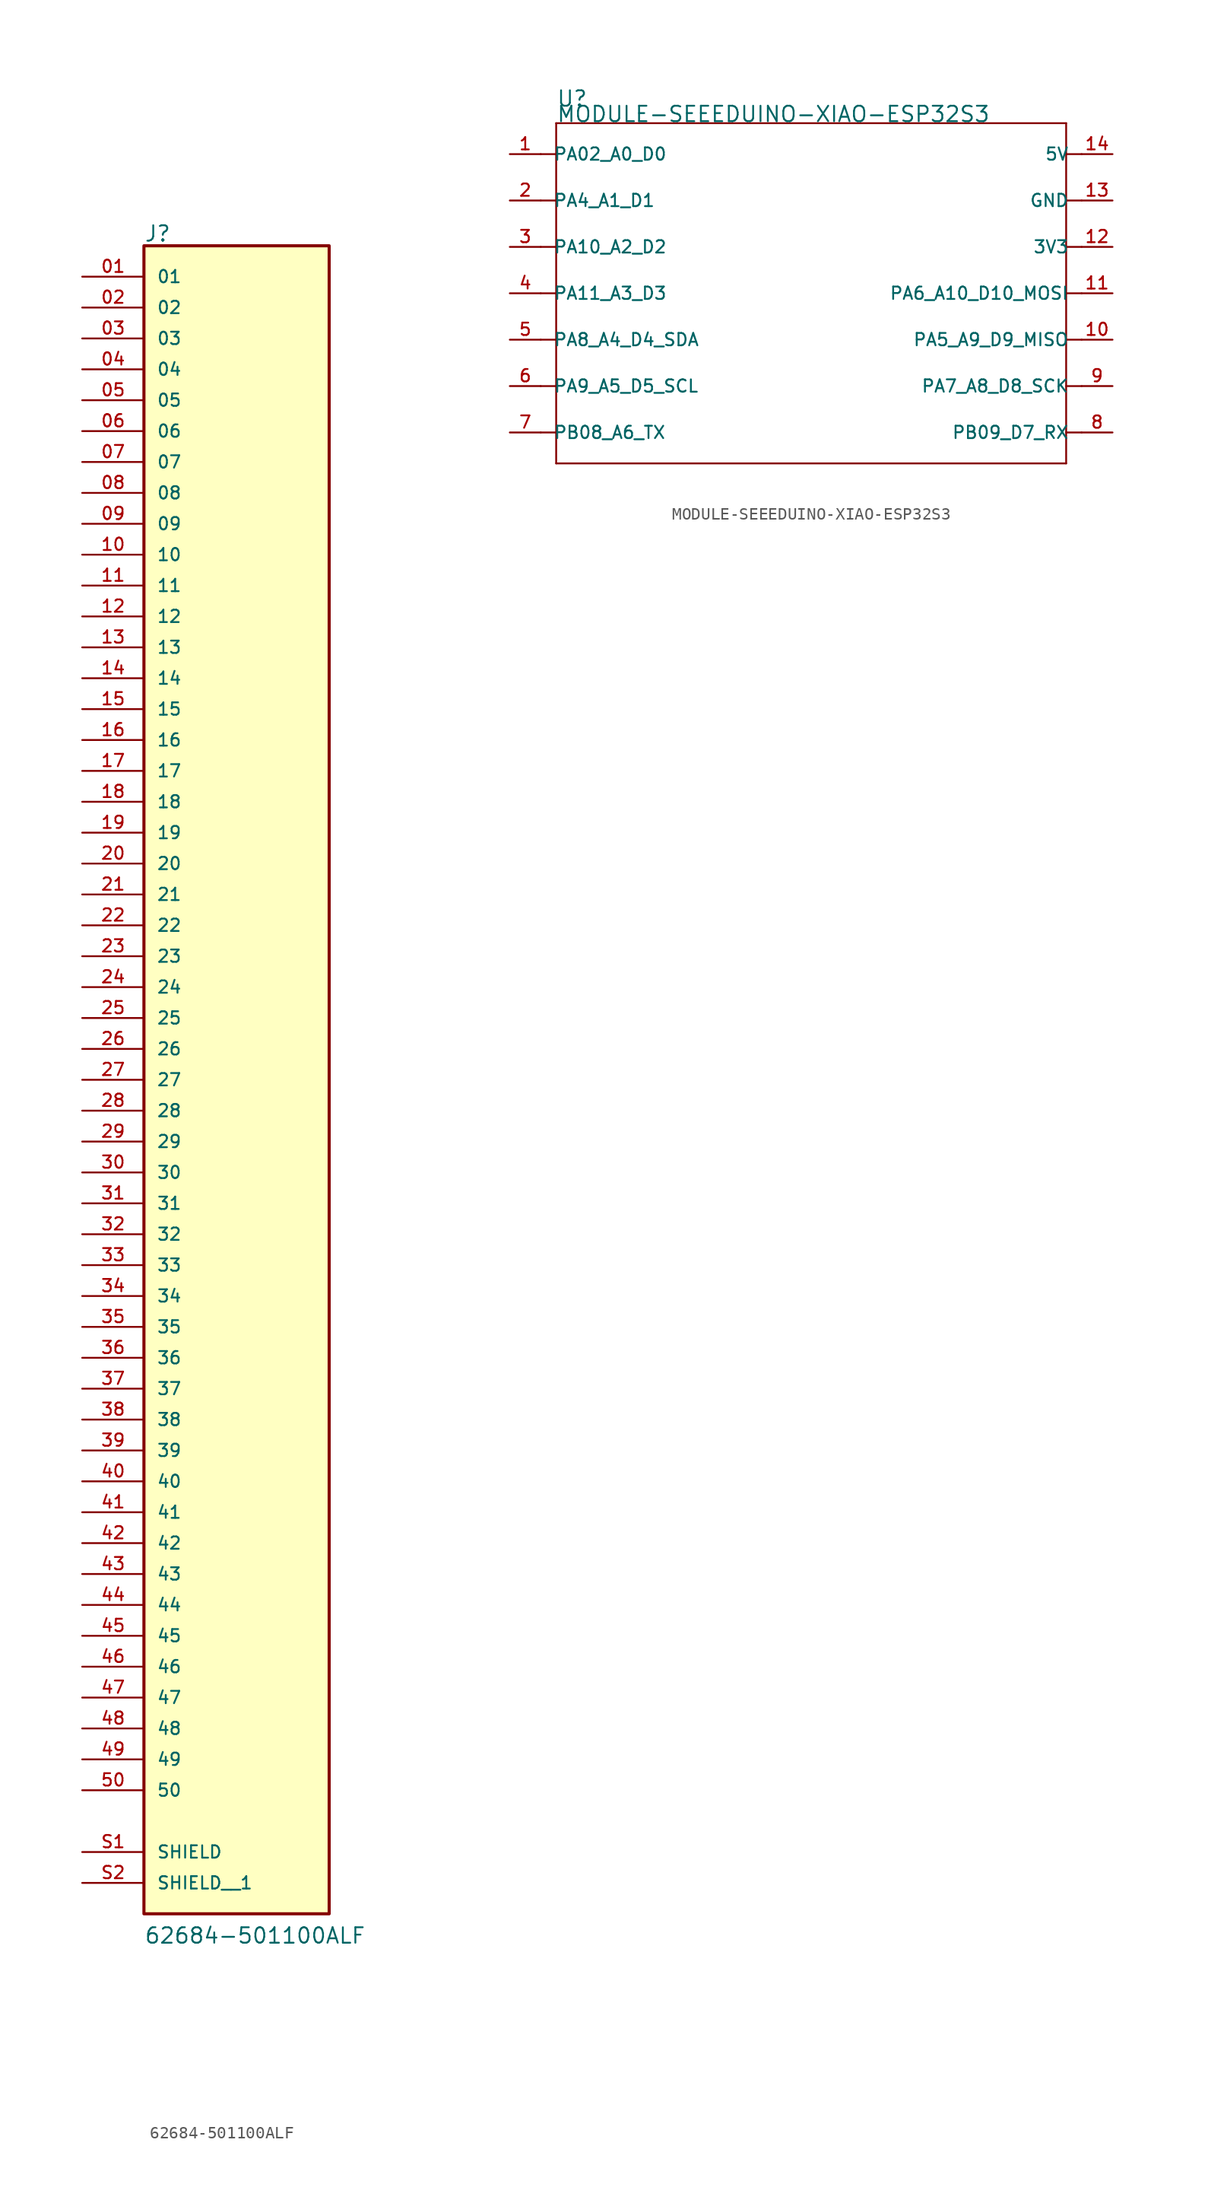
<source format=kicad_sym>
(kicad_symbol_lib
  (version 20241209)
  (generator "kicad_symbol_editor")
  (generator_version "9.0")
  (symbol "62684-501100ALF"
    (pin_names
      (offset 1.016))
    (property "Reference" "J"
      (at -7.62 68.834 0)
      (effects (font (size 1.27 1.27)) (justify left bottom)))
    (property "Value" "62684-501100ALF"
      (at -7.62 -71.12 0)
      (effects (font (size 1.27 1.27)) (justify left bottom)))
    (symbol "62684-501100ALF_0_0"
      (rectangle (start -7.62 68.58) (end 7.62 -68.58) (stroke (width 0.254) (type default)) (fill (type background)))
      (pin passive line (at -12.7 66.04 0) (length 5.08) (name "01" (effects (font (size 1.016 1.016)))) (number "01" (effects (font (size 1.016 1.016)))))
      (pin passive line (at -12.7 63.5 0) (length 5.08) (name "02" (effects (font (size 1.016 1.016)))) (number "02" (effects (font (size 1.016 1.016)))))
      (pin passive line (at -12.7 60.96 0) (length 5.08) (name "03" (effects (font (size 1.016 1.016)))) (number "03" (effects (font (size 1.016 1.016)))))
      (pin passive line (at -12.7 58.42 0) (length 5.08) (name "04" (effects (font (size 1.016 1.016)))) (number "04" (effects (font (size 1.016 1.016)))))
      (pin passive line (at -12.7 55.88 0) (length 5.08) (name "05" (effects (font (size 1.016 1.016)))) (number "05" (effects (font (size 1.016 1.016)))))
      (pin passive line (at -12.7 53.34 0) (length 5.08) (name "06" (effects (font (size 1.016 1.016)))) (number "06" (effects (font (size 1.016 1.016)))))
      (pin passive line (at -12.7 50.8 0) (length 5.08) (name "07" (effects (font (size 1.016 1.016)))) (number "07" (effects (font (size 1.016 1.016)))))
      (pin passive line (at -12.7 48.26 0) (length 5.08) (name "08" (effects (font (size 1.016 1.016)))) (number "08" (effects (font (size 1.016 1.016)))))
      (pin passive line (at -12.7 45.72 0) (length 5.08) (name "09" (effects (font (size 1.016 1.016)))) (number "09" (effects (font (size 1.016 1.016)))))
      (pin passive line (at -12.7 43.18 0) (length 5.08) (name "10" (effects (font (size 1.016 1.016)))) (number "10" (effects (font (size 1.016 1.016)))))
      (pin passive line (at -12.7 40.64 0) (length 5.08) (name "11" (effects (font (size 1.016 1.016)))) (number "11" (effects (font (size 1.016 1.016)))))
      (pin passive line (at -12.7 38.1 0) (length 5.08) (name "12" (effects (font (size 1.016 1.016)))) (number "12" (effects (font (size 1.016 1.016)))))
      (pin passive line (at -12.7 35.56 0) (length 5.08) (name "13" (effects (font (size 1.016 1.016)))) (number "13" (effects (font (size 1.016 1.016)))))
      (pin passive line (at -12.7 33.02 0) (length 5.08) (name "14" (effects (font (size 1.016 1.016)))) (number "14" (effects (font (size 1.016 1.016)))))
      (pin passive line (at -12.7 30.48 0) (length 5.08) (name "15" (effects (font (size 1.016 1.016)))) (number "15" (effects (font (size 1.016 1.016)))))
      (pin passive line (at -12.7 27.94 0) (length 5.08) (name "16" (effects (font (size 1.016 1.016)))) (number "16" (effects (font (size 1.016 1.016)))))
      (pin passive line (at -12.7 25.4 0) (length 5.08) (name "17" (effects (font (size 1.016 1.016)))) (number "17" (effects (font (size 1.016 1.016)))))
      (pin passive line (at -12.7 22.86 0) (length 5.08) (name "18" (effects (font (size 1.016 1.016)))) (number "18" (effects (font (size 1.016 1.016)))))
      (pin passive line (at -12.7 20.32 0) (length 5.08) (name "19" (effects (font (size 1.016 1.016)))) (number "19" (effects (font (size 1.016 1.016)))))
      (pin passive line (at -12.7 17.78 0) (length 5.08) (name "20" (effects (font (size 1.016 1.016)))) (number "20" (effects (font (size 1.016 1.016)))))
      (pin passive line (at -12.7 15.24 0) (length 5.08) (name "21" (effects (font (size 1.016 1.016)))) (number "21" (effects (font (size 1.016 1.016)))))
      (pin passive line (at -12.7 12.7 0) (length 5.08) (name "22" (effects (font (size 1.016 1.016)))) (number "22" (effects (font (size 1.016 1.016)))))
      (pin passive line (at -12.7 10.16 0) (length 5.08) (name "23" (effects (font (size 1.016 1.016)))) (number "23" (effects (font (size 1.016 1.016)))))
      (pin passive line (at -12.7 7.62 0) (length 5.08) (name "24" (effects (font (size 1.016 1.016)))) (number "24" (effects (font (size 1.016 1.016)))))
      (pin passive line (at -12.7 5.08 0) (length 5.08) (name "25" (effects (font (size 1.016 1.016)))) (number "25" (effects (font (size 1.016 1.016)))))
      (pin passive line (at -12.7 2.54 0) (length 5.08) (name "26" (effects (font (size 1.016 1.016)))) (number "26" (effects (font (size 1.016 1.016)))))
      (pin passive line (at -12.7 0 0) (length 5.08) (name "27" (effects (font (size 1.016 1.016)))) (number "27" (effects (font (size 1.016 1.016)))))
      (pin passive line (at -12.7 -2.54 0) (length 5.08) (name "28" (effects (font (size 1.016 1.016)))) (number "28" (effects (font (size 1.016 1.016)))))
      (pin passive line (at -12.7 -5.08 0) (length 5.08) (name "29" (effects (font (size 1.016 1.016)))) (number "29" (effects (font (size 1.016 1.016)))))
      (pin passive line (at -12.7 -7.62 0) (length 5.08) (name "30" (effects (font (size 1.016 1.016)))) (number "30" (effects (font (size 1.016 1.016)))))
      (pin passive line (at -12.7 -10.16 0) (length 5.08) (name "31" (effects (font (size 1.016 1.016)))) (number "31" (effects (font (size 1.016 1.016)))))
      (pin passive line (at -12.7 -12.7 0) (length 5.08) (name "32" (effects (font (size 1.016 1.016)))) (number "32" (effects (font (size 1.016 1.016)))))
      (pin passive line (at -12.7 -15.24 0) (length 5.08) (name "33" (effects (font (size 1.016 1.016)))) (number "33" (effects (font (size 1.016 1.016)))))
      (pin passive line (at -12.7 -17.78 0) (length 5.08) (name "34" (effects (font (size 1.016 1.016)))) (number "34" (effects (font (size 1.016 1.016)))))
      (pin passive line (at -12.7 -20.32 0) (length 5.08) (name "35" (effects (font (size 1.016 1.016)))) (number "35" (effects (font (size 1.016 1.016)))))
      (pin passive line (at -12.7 -22.86 0) (length 5.08) (name "36" (effects (font (size 1.016 1.016)))) (number "36" (effects (font (size 1.016 1.016)))))
      (pin passive line (at -12.7 -25.4 0) (length 5.08) (name "37" (effects (font (size 1.016 1.016)))) (number "37" (effects (font (size 1.016 1.016)))))
      (pin passive line (at -12.7 -27.94 0) (length 5.08) (name "38" (effects (font (size 1.016 1.016)))) (number "38" (effects (font (size 1.016 1.016)))))
      (pin passive line (at -12.7 -30.48 0) (length 5.08) (name "39" (effects (font (size 1.016 1.016)))) (number "39" (effects (font (size 1.016 1.016)))))
      (pin passive line (at -12.7 -33.02 0) (length 5.08) (name "40" (effects (font (size 1.016 1.016)))) (number "40" (effects (font (size 1.016 1.016)))))
      (pin passive line (at -12.7 -35.56 0) (length 5.08) (name "41" (effects (font (size 1.016 1.016)))) (number "41" (effects (font (size 1.016 1.016)))))
      (pin passive line (at -12.7 -38.1 0) (length 5.08) (name "42" (effects (font (size 1.016 1.016)))) (number "42" (effects (font (size 1.016 1.016)))))
      (pin passive line (at -12.7 -40.64 0) (length 5.08) (name "43" (effects (font (size 1.016 1.016)))) (number "43" (effects (font (size 1.016 1.016)))))
      (pin passive line (at -12.7 -43.18 0) (length 5.08) (name "44" (effects (font (size 1.016 1.016)))) (number "44" (effects (font (size 1.016 1.016)))))
      (pin passive line (at -12.7 -45.72 0) (length 5.08) (name "45" (effects (font (size 1.016 1.016)))) (number "45" (effects (font (size 1.016 1.016)))))
      (pin passive line (at -12.7 -48.26 0) (length 5.08) (name "46" (effects (font (size 1.016 1.016)))) (number "46" (effects (font (size 1.016 1.016)))))
      (pin passive line (at -12.7 -50.8 0) (length 5.08) (name "47" (effects (font (size 1.016 1.016)))) (number "47" (effects (font (size 1.016 1.016)))))
      (pin passive line (at -12.7 -53.34 0) (length 5.08) (name "48" (effects (font (size 1.016 1.016)))) (number "48" (effects (font (size 1.016 1.016)))))
      (pin passive line (at -12.7 -55.88 0) (length 5.08) (name "49" (effects (font (size 1.016 1.016)))) (number "49" (effects (font (size 1.016 1.016)))))
      (pin passive line (at -12.7 -58.42 0) (length 5.08) (name "50" (effects (font (size 1.016 1.016)))) (number "50" (effects (font (size 1.016 1.016)))))
      (pin passive line (at -12.7 -63.5 0) (length 5.08) (name "SHIELD" (effects (font (size 1.016 1.016)))) (number "S1" (effects (font (size 1.016 1.016)))))
      (pin passive line (at -12.7 -66.04 0) (length 5.08) (name "SHIELD__1" (effects (font (size 1.016 1.016)))) (number "S2" (effects (font (size 1.016 1.016)))))))
  (symbol "MODULE-SEEEDUINO-XIAO-ESP32S3"
    (pin_names
      (offset 1.016))
    (property "Reference" "U"
      (at -21.59 15.24 0)
      (effects (font (size 1.27 1.27)) (justify left bottom)))
    (property "Value" "MODULE-SEEEDUINO-XIAO-ESP32S3"
      (at -21.59 13.97 0)
      (effects (font (size 1.27 1.27)) (justify left bottom)))
    (symbol "MODULE-SEEEDUINO-XIAO-ESP32S3_0_0"
      (polyline (pts (xy -21.59 13.97) (xy 20.32 13.97)) (stroke (width 0.152) (type default)) (fill (type none)))
      (polyline (pts (xy -21.59 11.43) (xy -22.86 11.43)) (stroke (width 0.152) (type default)) (fill (type none)))
      (polyline (pts (xy -21.59 11.43) (xy -21.59 13.97)) (stroke (width 0.152) (type default)) (fill (type none)))
      (polyline (pts (xy -21.59 7.62) (xy -22.86 7.62)) (stroke (width 0.152) (type default)) (fill (type none)))
      (polyline (pts (xy -21.59 7.62) (xy -21.59 11.43)) (stroke (width 0.152) (type default)) (fill (type none)))
      (polyline (pts (xy -21.59 3.81) (xy -22.86 3.81)) (stroke (width 0.152) (type default)) (fill (type none)))
      (polyline (pts (xy -21.59 3.81) (xy -21.59 7.62)) (stroke (width 0.152) (type default)) (fill (type none)))
      (polyline (pts (xy -21.59 0) (xy -22.86 0)) (stroke (width 0.152) (type default)) (fill (type none)))
      (polyline (pts (xy -21.59 0) (xy -21.59 3.81)) (stroke (width 0.152) (type default)) (fill (type none)))
      (polyline (pts (xy -21.59 -3.81) (xy -22.86 -3.81)) (stroke (width 0.152) (type default)) (fill (type none)))
      (polyline (pts (xy -21.59 -7.62) (xy -22.86 -7.62)) (stroke (width 0.152) (type default)) (fill (type none)))
      (polyline (pts (xy -21.59 -11.43) (xy -22.86 -11.43)) (stroke (width 0.152) (type default)) (fill (type none)))
      (polyline (pts (xy -21.59 -13.97) (xy -21.59 0)) (stroke (width 0.152) (type default)) (fill (type none)))
      (polyline (pts (xy 20.32 13.97) (xy 20.32 11.43)) (stroke (width 0.152) (type default)) (fill (type none)))
      (polyline (pts (xy 20.32 11.43) (xy 20.32 7.62)) (stroke (width 0.152) (type default)) (fill (type none)))
      (polyline (pts (xy 20.32 7.62) (xy 20.32 3.81)) (stroke (width 0.152) (type default)) (fill (type none)))
      (polyline (pts (xy 20.32 3.81) (xy 20.32 -13.97)) (stroke (width 0.152) (type default)) (fill (type none)))
      (polyline (pts (xy 20.32 -13.97) (xy -21.59 -13.97)) (stroke (width 0.152) (type default)) (fill (type none)))
      (polyline (pts (xy 21.59 11.43) (xy 20.32 11.43)) (stroke (width 0.152) (type default)) (fill (type none)))
      (polyline (pts (xy 21.59 7.62) (xy 20.32 7.62)) (stroke (width 0.152) (type default)) (fill (type none)))
      (polyline (pts (xy 21.59 3.81) (xy 20.32 3.81)) (stroke (width 0.152) (type default)) (fill (type none)))
      (polyline (pts (xy 21.59 0) (xy 20.32 0)) (stroke (width 0.152) (type default)) (fill (type none)))
      (polyline (pts (xy 21.59 -3.81) (xy 20.32 -3.81)) (stroke (width 0.152) (type default)) (fill (type none)))
      (polyline (pts (xy 21.59 -7.62) (xy 20.32 -7.62)) (stroke (width 0.152) (type default)) (fill (type none)))
      (polyline (pts (xy 21.59 -11.43) (xy 20.32 -11.43)) (stroke (width 0.152) (type default)) (fill (type none)))
      (pin bidirectional line (at -25.4 11.43 0) (length 2.54) (name "PA02_A0_D0" (effects (font (size 1.016 1.016)))) (number "1" (effects (font (size 1.016 1.016)))))
      (pin bidirectional line (at -25.4 7.62 0) (length 2.54) (name "PA4_A1_D1" (effects (font (size 1.016 1.016)))) (number "2" (effects (font (size 1.016 1.016)))))
      (pin bidirectional line (at -25.4 3.81 0) (length 2.54) (name "PA10_A2_D2" (effects (font (size 1.016 1.016)))) (number "3" (effects (font (size 1.016 1.016)))))
      (pin bidirectional line (at -25.4 0 0) (length 2.54) (name "PA11_A3_D3" (effects (font (size 1.016 1.016)))) (number "4" (effects (font (size 1.016 1.016)))))
      (pin bidirectional line (at -25.4 -3.81 0) (length 2.54) (name "PA8_A4_D4_SDA" (effects (font (size 1.016 1.016)))) (number "5" (effects (font (size 1.016 1.016)))))
      (pin bidirectional line (at -25.4 -7.62 0) (length 2.54) (name "PA9_A5_D5_SCL" (effects (font (size 1.016 1.016)))) (number "6" (effects (font (size 1.016 1.016)))))
      (pin bidirectional line (at -25.4 -11.43 0) (length 2.54) (name "PB08_A6_TX" (effects (font (size 1.016 1.016)))) (number "7" (effects (font (size 1.016 1.016)))))
      (pin bidirectional line (at 24.13 11.43 180) (length 2.54) (name "5V" (effects (font (size 1.016 1.016)))) (number "14" (effects (font (size 1.016 1.016)))))
      (pin bidirectional line (at 24.13 7.62 180) (length 2.54) (name "GND" (effects (font (size 1.016 1.016)))) (number "13" (effects (font (size 1.016 1.016)))))
      (pin bidirectional line (at 24.13 3.81 180) (length 2.54) (name "3V3" (effects (font (size 1.016 1.016)))) (number "12" (effects (font (size 1.016 1.016)))))
      (pin bidirectional line (at 24.13 0 180) (length 2.54) (name "PA6_A10_D10_MOSI" (effects (font (size 1.016 1.016)))) (number "11" (effects (font (size 1.016 1.016)))))
      (pin bidirectional line (at 24.13 -3.81 180) (length 2.54) (name "PA5_A9_D9_MISO" (effects (font (size 1.016 1.016)))) (number "10" (effects (font (size 1.016 1.016)))))
      (pin bidirectional line (at 24.13 -7.62 180) (length 2.54) (name "PA7_A8_D8_SCK" (effects (font (size 1.016 1.016)))) (number "9" (effects (font (size 1.016 1.016)))))
      (pin bidirectional line (at 24.13 -11.43 180) (length 2.54) (name "PB09_D7_RX" (effects (font (size 1.016 1.016)))) (number "8" (effects (font (size 1.016 1.016))))))))
</source>
